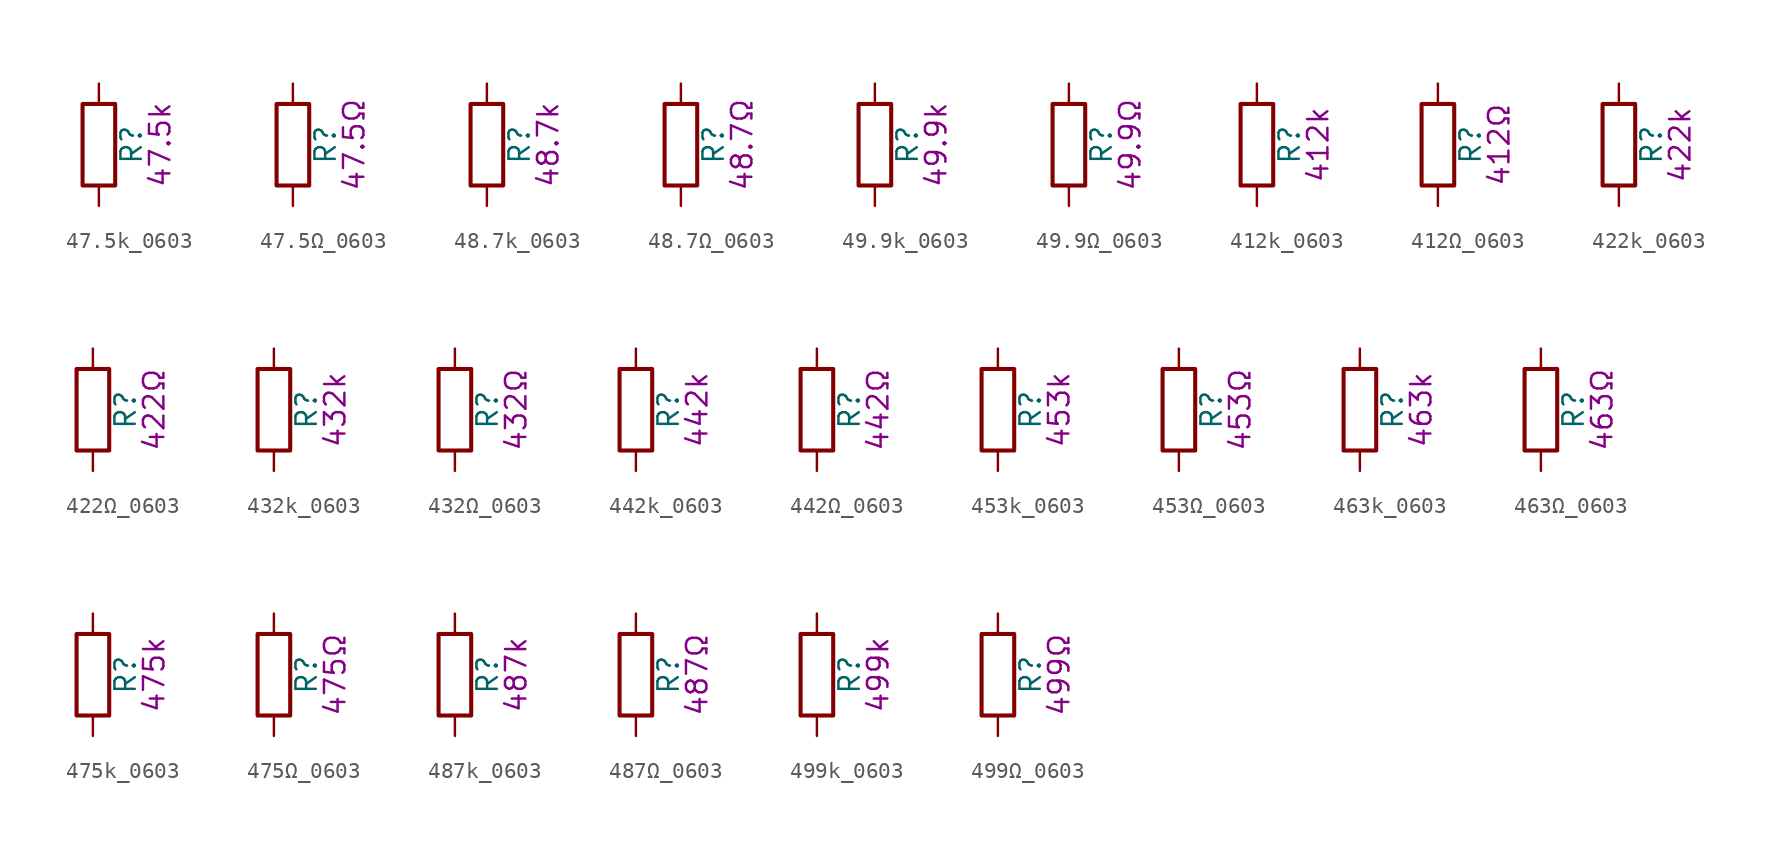
<source format=kicad_sym>
(kicad_symbol_lib
  (version 20211014)
  (generator kicad_symbol_editor)
  (symbol "47.5k_0603"
    (pin_numbers hide)
    (pin_names
      (offset 0))
    (property "Reference" "R"
      (at 2.032 0 90)
      (effects (font (size 1.27 1.27))))
    (property "Display" "47.5k"
      (at 3.81 0 90)
      (effects (font (size 1.27 1.27))))
    (symbol "47.5k_0603_0_1"
      (rectangle (start -1.016 -2.54) (end 1.016 2.54) (stroke (width 0.254) (type default) (color 0 0 0 0)) (fill (type none))))
    (symbol "47.5k_0603_1_1"
      (pin passive line (at 0 3.81 270) (length 1.27) (name "~" (effects (font (size 1.27 1.27)))) (number "1" (effects (font (size 1.27 1.27)))))
      (pin passive line (at 0 -3.81 90) (length 1.27) (name "~" (effects (font (size 1.27 1.27)))) (number "2" (effects (font (size 1.27 1.27)))))))
  (symbol "47.5Ω_0603"
    (pin_numbers hide)
    (pin_names
      (offset 0))
    (property "Reference" "R"
      (at 2.032 0 90)
      (effects (font (size 1.27 1.27))))
    (property "Display" "47.5Ω"
      (at 3.81 0 90)
      (effects (font (size 1.27 1.27))))
    (symbol "47.5Ω_0603_0_1"
      (rectangle (start -1.016 -2.54) (end 1.016 2.54) (stroke (width 0.254) (type default) (color 0 0 0 0)) (fill (type none))))
    (symbol "47.5Ω_0603_1_1"
      (pin passive line (at 0 3.81 270) (length 1.27) (name "~" (effects (font (size 1.27 1.27)))) (number "1" (effects (font (size 1.27 1.27)))))
      (pin passive line (at 0 -3.81 90) (length 1.27) (name "~" (effects (font (size 1.27 1.27)))) (number "2" (effects (font (size 1.27 1.27)))))))
  (symbol "48.7k_0603"
    (pin_numbers hide)
    (pin_names
      (offset 0))
    (property "Reference" "R"
      (at 2.032 0 90)
      (effects (font (size 1.27 1.27))))
    (property "Display" "48.7k"
      (at 3.81 0 90)
      (effects (font (size 1.27 1.27))))
    (symbol "48.7k_0603_0_1"
      (rectangle (start -1.016 -2.54) (end 1.016 2.54) (stroke (width 0.254) (type default) (color 0 0 0 0)) (fill (type none))))
    (symbol "48.7k_0603_1_1"
      (pin passive line (at 0 3.81 270) (length 1.27) (name "~" (effects (font (size 1.27 1.27)))) (number "1" (effects (font (size 1.27 1.27)))))
      (pin passive line (at 0 -3.81 90) (length 1.27) (name "~" (effects (font (size 1.27 1.27)))) (number "2" (effects (font (size 1.27 1.27)))))))
  (symbol "48.7Ω_0603"
    (pin_numbers hide)
    (pin_names
      (offset 0))
    (property "Reference" "R"
      (at 2.032 0 90)
      (effects (font (size 1.27 1.27))))
    (property "Display" "48.7Ω"
      (at 3.81 0 90)
      (effects (font (size 1.27 1.27))))
    (symbol "48.7Ω_0603_0_1"
      (rectangle (start -1.016 -2.54) (end 1.016 2.54) (stroke (width 0.254) (type default) (color 0 0 0 0)) (fill (type none))))
    (symbol "48.7Ω_0603_1_1"
      (pin passive line (at 0 3.81 270) (length 1.27) (name "~" (effects (font (size 1.27 1.27)))) (number "1" (effects (font (size 1.27 1.27)))))
      (pin passive line (at 0 -3.81 90) (length 1.27) (name "~" (effects (font (size 1.27 1.27)))) (number "2" (effects (font (size 1.27 1.27)))))))
  (symbol "49.9k_0603"
    (pin_numbers hide)
    (pin_names
      (offset 0))
    (property "Reference" "R"
      (at 2.032 0 90)
      (effects (font (size 1.27 1.27))))
    (property "Display" "49.9k"
      (at 3.81 0 90)
      (effects (font (size 1.27 1.27))))
    (symbol "49.9k_0603_0_1"
      (rectangle (start -1.016 -2.54) (end 1.016 2.54) (stroke (width 0.254) (type default) (color 0 0 0 0)) (fill (type none))))
    (symbol "49.9k_0603_1_1"
      (pin passive line (at 0 3.81 270) (length 1.27) (name "~" (effects (font (size 1.27 1.27)))) (number "1" (effects (font (size 1.27 1.27)))))
      (pin passive line (at 0 -3.81 90) (length 1.27) (name "~" (effects (font (size 1.27 1.27)))) (number "2" (effects (font (size 1.27 1.27)))))))
  (symbol "49.9Ω_0603"
    (pin_numbers hide)
    (pin_names
      (offset 0))
    (property "Reference" "R"
      (at 2.032 0 90)
      (effects (font (size 1.27 1.27))))
    (property "Display" "49.9Ω"
      (at 3.81 0 90)
      (effects (font (size 1.27 1.27))))
    (symbol "49.9Ω_0603_0_1"
      (rectangle (start -1.016 -2.54) (end 1.016 2.54) (stroke (width 0.254) (type default) (color 0 0 0 0)) (fill (type none))))
    (symbol "49.9Ω_0603_1_1"
      (pin passive line (at 0 3.81 270) (length 1.27) (name "~" (effects (font (size 1.27 1.27)))) (number "1" (effects (font (size 1.27 1.27)))))
      (pin passive line (at 0 -3.81 90) (length 1.27) (name "~" (effects (font (size 1.27 1.27)))) (number "2" (effects (font (size 1.27 1.27)))))))
  (symbol "412k_0603"
    (pin_numbers hide)
    (pin_names
      (offset 0))
    (property "Reference" "R"
      (at 2.032 0 90)
      (effects (font (size 1.27 1.27))))
    (property "Display" "412k"
      (at 3.81 0 90)
      (effects (font (size 1.27 1.27))))
    (symbol "412k_0603_0_1"
      (rectangle (start -1.016 -2.54) (end 1.016 2.54) (stroke (width 0.254) (type default) (color 0 0 0 0)) (fill (type none))))
    (symbol "412k_0603_1_1"
      (pin passive line (at 0 3.81 270) (length 1.27) (name "~" (effects (font (size 1.27 1.27)))) (number "1" (effects (font (size 1.27 1.27)))))
      (pin passive line (at 0 -3.81 90) (length 1.27) (name "~" (effects (font (size 1.27 1.27)))) (number "2" (effects (font (size 1.27 1.27)))))))
  (symbol "412Ω_0603"
    (pin_numbers hide)
    (pin_names
      (offset 0))
    (property "Reference" "R"
      (at 2.032 0 90)
      (effects (font (size 1.27 1.27))))
    (property "Display" "412Ω"
      (at 3.81 0 90)
      (effects (font (size 1.27 1.27))))
    (symbol "412Ω_0603_0_1"
      (rectangle (start -1.016 -2.54) (end 1.016 2.54) (stroke (width 0.254) (type default) (color 0 0 0 0)) (fill (type none))))
    (symbol "412Ω_0603_1_1"
      (pin passive line (at 0 3.81 270) (length 1.27) (name "~" (effects (font (size 1.27 1.27)))) (number "1" (effects (font (size 1.27 1.27)))))
      (pin passive line (at 0 -3.81 90) (length 1.27) (name "~" (effects (font (size 1.27 1.27)))) (number "2" (effects (font (size 1.27 1.27)))))))
  (symbol "422k_0603"
    (pin_numbers hide)
    (pin_names
      (offset 0))
    (property "Reference" "R"
      (at 2.032 0 90)
      (effects (font (size 1.27 1.27))))
    (property "Display" "422k"
      (at 3.81 0 90)
      (effects (font (size 1.27 1.27))))
    (symbol "422k_0603_0_1"
      (rectangle (start -1.016 -2.54) (end 1.016 2.54) (stroke (width 0.254) (type default) (color 0 0 0 0)) (fill (type none))))
    (symbol "422k_0603_1_1"
      (pin passive line (at 0 3.81 270) (length 1.27) (name "~" (effects (font (size 1.27 1.27)))) (number "1" (effects (font (size 1.27 1.27)))))
      (pin passive line (at 0 -3.81 90) (length 1.27) (name "~" (effects (font (size 1.27 1.27)))) (number "2" (effects (font (size 1.27 1.27)))))))
  (symbol "422Ω_0603"
    (pin_numbers hide)
    (pin_names
      (offset 0))
    (property "Reference" "R"
      (at 2.032 0 90)
      (effects (font (size 1.27 1.27))))
    (property "Display" "422Ω"
      (at 3.81 0 90)
      (effects (font (size 1.27 1.27))))
    (symbol "422Ω_0603_0_1"
      (rectangle (start -1.016 -2.54) (end 1.016 2.54) (stroke (width 0.254) (type default) (color 0 0 0 0)) (fill (type none))))
    (symbol "422Ω_0603_1_1"
      (pin passive line (at 0 3.81 270) (length 1.27) (name "~" (effects (font (size 1.27 1.27)))) (number "1" (effects (font (size 1.27 1.27)))))
      (pin passive line (at 0 -3.81 90) (length 1.27) (name "~" (effects (font (size 1.27 1.27)))) (number "2" (effects (font (size 1.27 1.27)))))))
  (symbol "432k_0603"
    (pin_numbers hide)
    (pin_names
      (offset 0))
    (property "Reference" "R"
      (at 2.032 0 90)
      (effects (font (size 1.27 1.27))))
    (property "Display" "432k"
      (at 3.81 0 90)
      (effects (font (size 1.27 1.27))))
    (symbol "432k_0603_0_1"
      (rectangle (start -1.016 -2.54) (end 1.016 2.54) (stroke (width 0.254) (type default) (color 0 0 0 0)) (fill (type none))))
    (symbol "432k_0603_1_1"
      (pin passive line (at 0 3.81 270) (length 1.27) (name "~" (effects (font (size 1.27 1.27)))) (number "1" (effects (font (size 1.27 1.27)))))
      (pin passive line (at 0 -3.81 90) (length 1.27) (name "~" (effects (font (size 1.27 1.27)))) (number "2" (effects (font (size 1.27 1.27)))))))
  (symbol "432Ω_0603"
    (pin_numbers hide)
    (pin_names
      (offset 0))
    (property "Reference" "R"
      (at 2.032 0 90)
      (effects (font (size 1.27 1.27))))
    (property "Display" "432Ω"
      (at 3.81 0 90)
      (effects (font (size 1.27 1.27))))
    (symbol "432Ω_0603_0_1"
      (rectangle (start -1.016 -2.54) (end 1.016 2.54) (stroke (width 0.254) (type default) (color 0 0 0 0)) (fill (type none))))
    (symbol "432Ω_0603_1_1"
      (pin passive line (at 0 3.81 270) (length 1.27) (name "~" (effects (font (size 1.27 1.27)))) (number "1" (effects (font (size 1.27 1.27)))))
      (pin passive line (at 0 -3.81 90) (length 1.27) (name "~" (effects (font (size 1.27 1.27)))) (number "2" (effects (font (size 1.27 1.27)))))))
  (symbol "442k_0603"
    (pin_numbers hide)
    (pin_names
      (offset 0))
    (property "Reference" "R"
      (at 2.032 0 90)
      (effects (font (size 1.27 1.27))))
    (property "Display" "442k"
      (at 3.81 0 90)
      (effects (font (size 1.27 1.27))))
    (symbol "442k_0603_0_1"
      (rectangle (start -1.016 -2.54) (end 1.016 2.54) (stroke (width 0.254) (type default) (color 0 0 0 0)) (fill (type none))))
    (symbol "442k_0603_1_1"
      (pin passive line (at 0 3.81 270) (length 1.27) (name "~" (effects (font (size 1.27 1.27)))) (number "1" (effects (font (size 1.27 1.27)))))
      (pin passive line (at 0 -3.81 90) (length 1.27) (name "~" (effects (font (size 1.27 1.27)))) (number "2" (effects (font (size 1.27 1.27)))))))
  (symbol "442Ω_0603"
    (pin_numbers hide)
    (pin_names
      (offset 0))
    (property "Reference" "R"
      (at 2.032 0 90)
      (effects (font (size 1.27 1.27))))
    (property "Display" "442Ω"
      (at 3.81 0 90)
      (effects (font (size 1.27 1.27))))
    (symbol "442Ω_0603_0_1"
      (rectangle (start -1.016 -2.54) (end 1.016 2.54) (stroke (width 0.254) (type default) (color 0 0 0 0)) (fill (type none))))
    (symbol "442Ω_0603_1_1"
      (pin passive line (at 0 3.81 270) (length 1.27) (name "~" (effects (font (size 1.27 1.27)))) (number "1" (effects (font (size 1.27 1.27)))))
      (pin passive line (at 0 -3.81 90) (length 1.27) (name "~" (effects (font (size 1.27 1.27)))) (number "2" (effects (font (size 1.27 1.27)))))))
  (symbol "453k_0603"
    (pin_numbers hide)
    (pin_names
      (offset 0))
    (property "Reference" "R"
      (at 2.032 0 90)
      (effects (font (size 1.27 1.27))))
    (property "Display" "453k"
      (at 3.81 0 90)
      (effects (font (size 1.27 1.27))))
    (symbol "453k_0603_0_1"
      (rectangle (start -1.016 -2.54) (end 1.016 2.54) (stroke (width 0.254) (type default) (color 0 0 0 0)) (fill (type none))))
    (symbol "453k_0603_1_1"
      (pin passive line (at 0 3.81 270) (length 1.27) (name "~" (effects (font (size 1.27 1.27)))) (number "1" (effects (font (size 1.27 1.27)))))
      (pin passive line (at 0 -3.81 90) (length 1.27) (name "~" (effects (font (size 1.27 1.27)))) (number "2" (effects (font (size 1.27 1.27)))))))
  (symbol "453Ω_0603"
    (pin_numbers hide)
    (pin_names
      (offset 0))
    (property "Reference" "R"
      (at 2.032 0 90)
      (effects (font (size 1.27 1.27))))
    (property "Display" "453Ω"
      (at 3.81 0 90)
      (effects (font (size 1.27 1.27))))
    (symbol "453Ω_0603_0_1"
      (rectangle (start -1.016 -2.54) (end 1.016 2.54) (stroke (width 0.254) (type default) (color 0 0 0 0)) (fill (type none))))
    (symbol "453Ω_0603_1_1"
      (pin passive line (at 0 3.81 270) (length 1.27) (name "~" (effects (font (size 1.27 1.27)))) (number "1" (effects (font (size 1.27 1.27)))))
      (pin passive line (at 0 -3.81 90) (length 1.27) (name "~" (effects (font (size 1.27 1.27)))) (number "2" (effects (font (size 1.27 1.27)))))))
  (symbol "463k_0603"
    (pin_numbers hide)
    (pin_names
      (offset 0))
    (property "Reference" "R"
      (at 2.032 0 90)
      (effects (font (size 1.27 1.27))))
    (property "Display" "463k"
      (at 3.81 0 90)
      (effects (font (size 1.27 1.27))))
    (symbol "463k_0603_0_1"
      (rectangle (start -1.016 -2.54) (end 1.016 2.54) (stroke (width 0.254) (type default) (color 0 0 0 0)) (fill (type none))))
    (symbol "463k_0603_1_1"
      (pin passive line (at 0 3.81 270) (length 1.27) (name "~" (effects (font (size 1.27 1.27)))) (number "1" (effects (font (size 1.27 1.27)))))
      (pin passive line (at 0 -3.81 90) (length 1.27) (name "~" (effects (font (size 1.27 1.27)))) (number "2" (effects (font (size 1.27 1.27)))))))
  (symbol "463Ω_0603"
    (pin_numbers hide)
    (pin_names
      (offset 0))
    (property "Reference" "R"
      (at 2.032 0 90)
      (effects (font (size 1.27 1.27))))
    (property "Display" "463Ω"
      (at 3.81 0 90)
      (effects (font (size 1.27 1.27))))
    (symbol "463Ω_0603_0_1"
      (rectangle (start -1.016 -2.54) (end 1.016 2.54) (stroke (width 0.254) (type default) (color 0 0 0 0)) (fill (type none))))
    (symbol "463Ω_0603_1_1"
      (pin passive line (at 0 3.81 270) (length 1.27) (name "~" (effects (font (size 1.27 1.27)))) (number "1" (effects (font (size 1.27 1.27)))))
      (pin passive line (at 0 -3.81 90) (length 1.27) (name "~" (effects (font (size 1.27 1.27)))) (number "2" (effects (font (size 1.27 1.27)))))))
  (symbol "475k_0603"
    (pin_numbers hide)
    (pin_names
      (offset 0))
    (property "Reference" "R"
      (at 2.032 0 90)
      (effects (font (size 1.27 1.27))))
    (property "Display" "475k"
      (at 3.81 0 90)
      (effects (font (size 1.27 1.27))))
    (symbol "475k_0603_0_1"
      (rectangle (start -1.016 -2.54) (end 1.016 2.54) (stroke (width 0.254) (type default) (color 0 0 0 0)) (fill (type none))))
    (symbol "475k_0603_1_1"
      (pin passive line (at 0 3.81 270) (length 1.27) (name "~" (effects (font (size 1.27 1.27)))) (number "1" (effects (font (size 1.27 1.27)))))
      (pin passive line (at 0 -3.81 90) (length 1.27) (name "~" (effects (font (size 1.27 1.27)))) (number "2" (effects (font (size 1.27 1.27)))))))
  (symbol "475Ω_0603"
    (pin_numbers hide)
    (pin_names
      (offset 0))
    (property "Reference" "R"
      (at 2.032 0 90)
      (effects (font (size 1.27 1.27))))
    (property "Display" "475Ω"
      (at 3.81 0 90)
      (effects (font (size 1.27 1.27))))
    (symbol "475Ω_0603_0_1"
      (rectangle (start -1.016 -2.54) (end 1.016 2.54) (stroke (width 0.254) (type default) (color 0 0 0 0)) (fill (type none))))
    (symbol "475Ω_0603_1_1"
      (pin passive line (at 0 3.81 270) (length 1.27) (name "~" (effects (font (size 1.27 1.27)))) (number "1" (effects (font (size 1.27 1.27)))))
      (pin passive line (at 0 -3.81 90) (length 1.27) (name "~" (effects (font (size 1.27 1.27)))) (number "2" (effects (font (size 1.27 1.27)))))))
  (symbol "487k_0603"
    (pin_numbers hide)
    (pin_names
      (offset 0))
    (property "Reference" "R"
      (at 2.032 0 90)
      (effects (font (size 1.27 1.27))))
    (property "Display" "487k"
      (at 3.81 0 90)
      (effects (font (size 1.27 1.27))))
    (symbol "487k_0603_0_1"
      (rectangle (start -1.016 -2.54) (end 1.016 2.54) (stroke (width 0.254) (type default) (color 0 0 0 0)) (fill (type none))))
    (symbol "487k_0603_1_1"
      (pin passive line (at 0 3.81 270) (length 1.27) (name "~" (effects (font (size 1.27 1.27)))) (number "1" (effects (font (size 1.27 1.27)))))
      (pin passive line (at 0 -3.81 90) (length 1.27) (name "~" (effects (font (size 1.27 1.27)))) (number "2" (effects (font (size 1.27 1.27)))))))
  (symbol "487Ω_0603"
    (pin_numbers hide)
    (pin_names
      (offset 0))
    (property "Reference" "R"
      (at 2.032 0 90)
      (effects (font (size 1.27 1.27))))
    (property "Display" "487Ω"
      (at 3.81 0 90)
      (effects (font (size 1.27 1.27))))
    (symbol "487Ω_0603_0_1"
      (rectangle (start -1.016 -2.54) (end 1.016 2.54) (stroke (width 0.254) (type default) (color 0 0 0 0)) (fill (type none))))
    (symbol "487Ω_0603_1_1"
      (pin passive line (at 0 3.81 270) (length 1.27) (name "~" (effects (font (size 1.27 1.27)))) (number "1" (effects (font (size 1.27 1.27)))))
      (pin passive line (at 0 -3.81 90) (length 1.27) (name "~" (effects (font (size 1.27 1.27)))) (number "2" (effects (font (size 1.27 1.27)))))))
  (symbol "499k_0603"
    (pin_numbers hide)
    (pin_names
      (offset 0))
    (property "Reference" "R"
      (at 2.032 0 90)
      (effects (font (size 1.27 1.27))))
    (property "Display" "499k"
      (at 3.81 0 90)
      (effects (font (size 1.27 1.27))))
    (symbol "499k_0603_0_1"
      (rectangle (start -1.016 -2.54) (end 1.016 2.54) (stroke (width 0.254) (type default) (color 0 0 0 0)) (fill (type none))))
    (symbol "499k_0603_1_1"
      (pin passive line (at 0 3.81 270) (length 1.27) (name "~" (effects (font (size 1.27 1.27)))) (number "1" (effects (font (size 1.27 1.27)))))
      (pin passive line (at 0 -3.81 90) (length 1.27) (name "~" (effects (font (size 1.27 1.27)))) (number "2" (effects (font (size 1.27 1.27)))))))
  (symbol "499Ω_0603"
    (pin_numbers hide)
    (pin_names
      (offset 0))
    (property "Reference" "R"
      (at 2.032 0 90)
      (effects (font (size 1.27 1.27))))
    (property "Display" "499Ω"
      (at 3.81 0 90)
      (effects (font (size 1.27 1.27))))
    (symbol "499Ω_0603_0_1"
      (rectangle (start -1.016 -2.54) (end 1.016 2.54) (stroke (width 0.254) (type default) (color 0 0 0 0)) (fill (type none))))
    (symbol "499Ω_0603_1_1"
      (pin passive line (at 0 3.81 270) (length 1.27) (name "~" (effects (font (size 1.27 1.27)))) (number "1" (effects (font (size 1.27 1.27)))))
      (pin passive line (at 0 -3.81 90) (length 1.27) (name "~" (effects (font (size 1.27 1.27)))) (number "2" (effects (font (size 1.27 1.27))))))))
</source>
